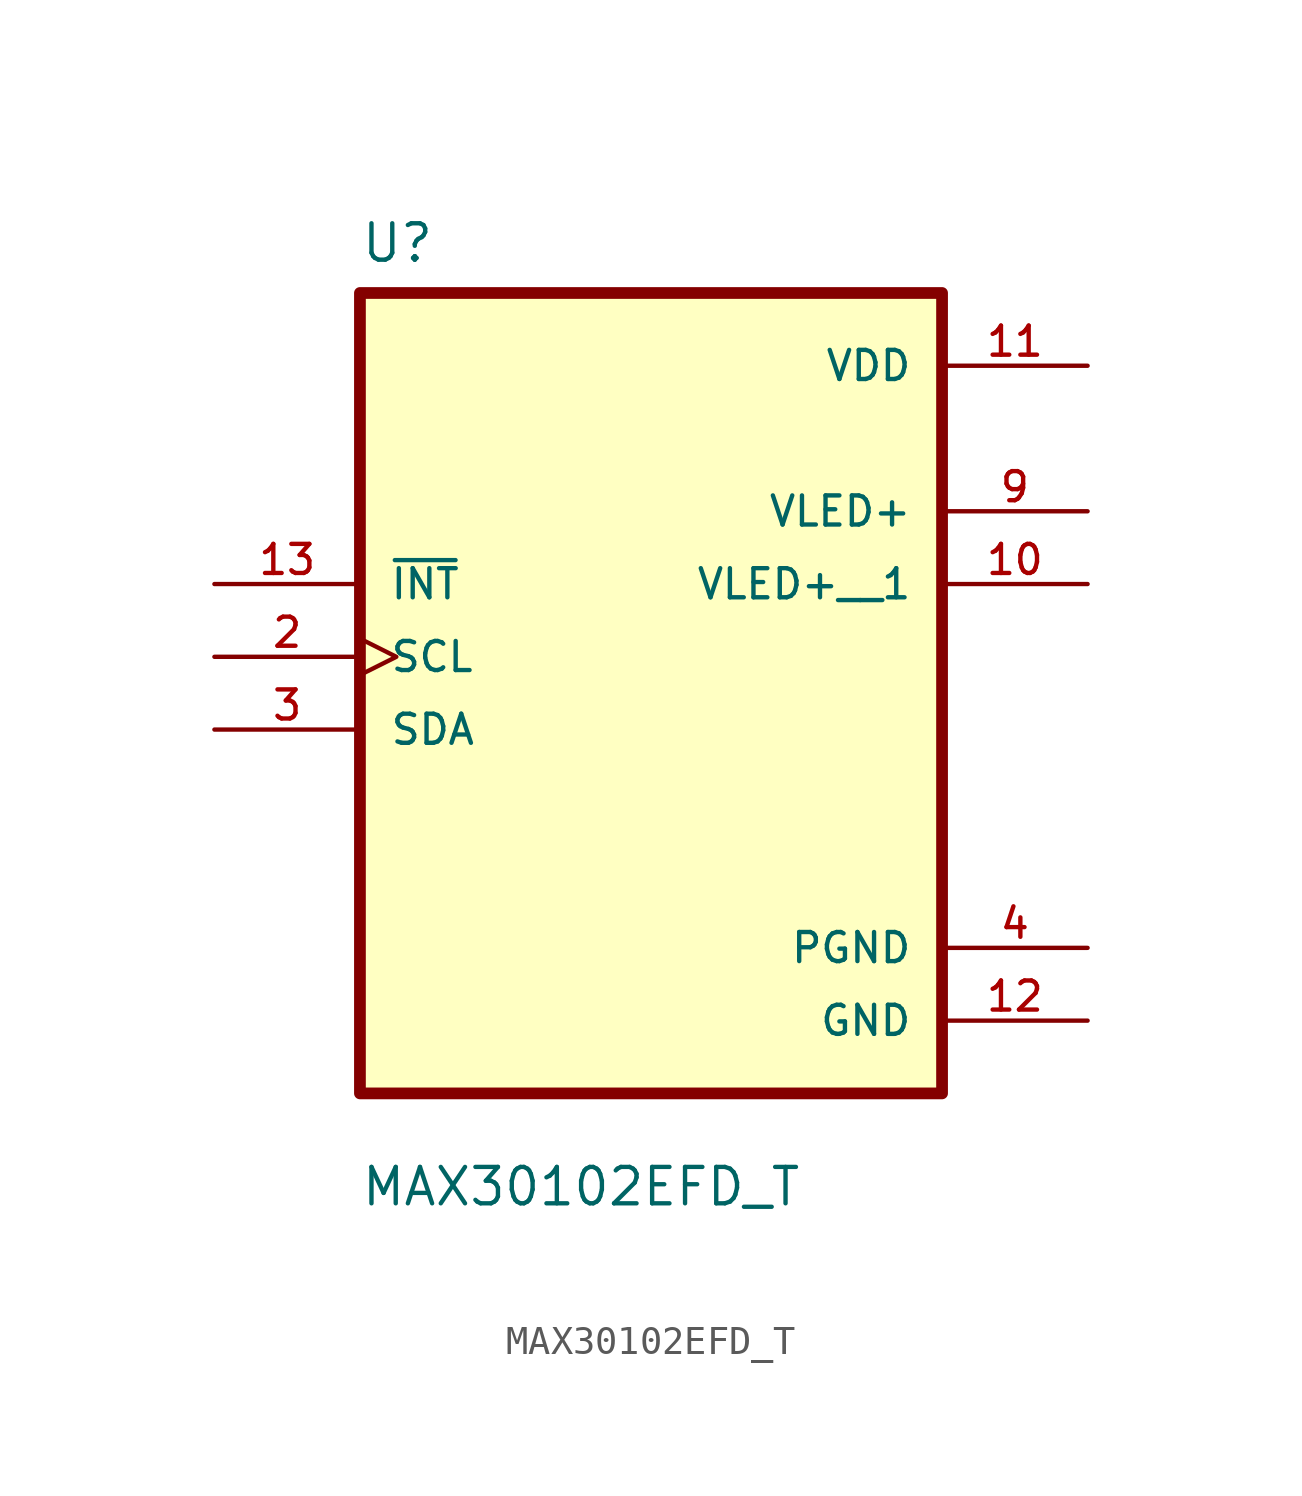
<source format=kicad_sym>
(kicad_symbol_lib
  (version 20211014)
  (generator kicad_symbol_editor)
  (symbol "MAX30102EFD_T"
    (pin_names
      (offset 1.016))
    (property "Reference" "U"
      (at -10.16 13.7 0.0)
      (effects (font (size 1.27 1.27)) (justify bottom left)))
    (property "Value" "MAX30102EFD_T"
      (at -10.16 -19.24 0.0)
      (effects (font (size 1.27 1.27)) (justify bottom left)))
    (symbol "MAX30102EFD_T_0_0"
      (rectangle (start -10.16 -15.24) (end 10.16 12.7) (stroke (width 0.41)) (fill (type background)))
      (pin input line (at -15.24 2.54 0) (length 5.08) (name "~{INT}" (effects (font (size 1.016 1.016)))) (number "13" (effects (font (size 1.016 1.016)))))
      (pin input clock (at -15.24 0.0 0) (length 5.08) (name "SCL" (effects (font (size 1.016 1.016)))) (number "2" (effects (font (size 1.016 1.016)))))
      (pin bidirectional line (at -15.24 -2.54 0) (length 5.08) (name "SDA" (effects (font (size 1.016 1.016)))) (number "3" (effects (font (size 1.016 1.016)))))
      (pin power_in line (at 15.24 10.16 180.0) (length 5.08) (name "VDD" (effects (font (size 1.016 1.016)))) (number "11" (effects (font (size 1.016 1.016)))))
      (pin power_in line (at 15.24 5.08 180.0) (length 5.08) (name "VLED+" (effects (font (size 1.016 1.016)))) (number "9" (effects (font (size 1.016 1.016)))))
      (pin power_in line (at 15.24 -10.16 180.0) (length 5.08) (name "PGND" (effects (font (size 1.016 1.016)))) (number "4" (effects (font (size 1.016 1.016)))))
      (pin power_in line (at 15.24 -12.7 180.0) (length 5.08) (name "GND" (effects (font (size 1.016 1.016)))) (number "12" (effects (font (size 1.016 1.016)))))
      (pin power_in line (at 15.24 2.54 180.0) (length 5.08) (name "VLED+__1" (effects (font (size 1.016 1.016)))) (number "10" (effects (font (size 1.016 1.016))))))))
</source>
